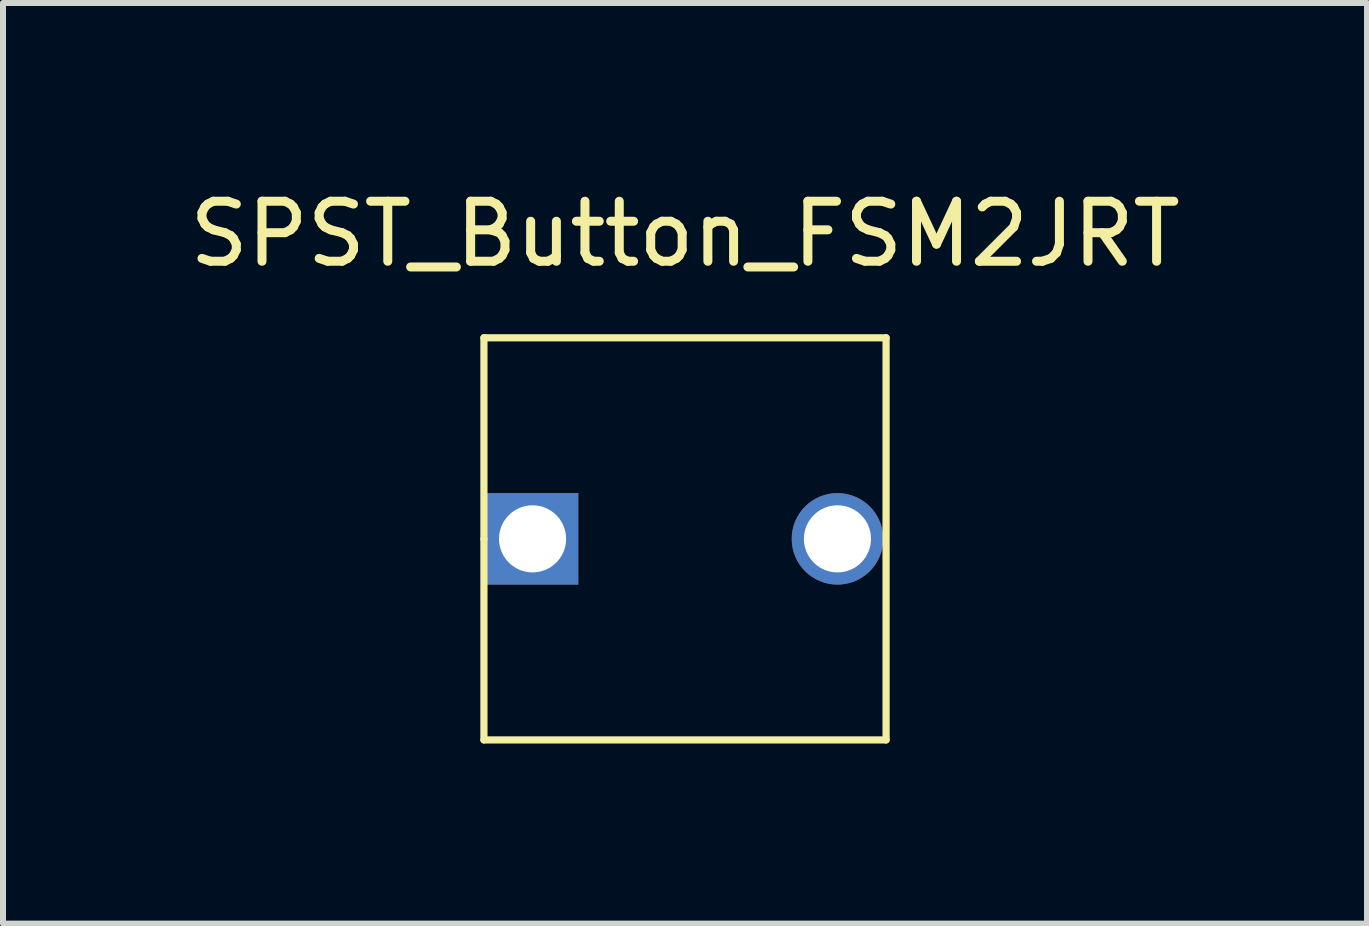
<source format=kicad_pcb>
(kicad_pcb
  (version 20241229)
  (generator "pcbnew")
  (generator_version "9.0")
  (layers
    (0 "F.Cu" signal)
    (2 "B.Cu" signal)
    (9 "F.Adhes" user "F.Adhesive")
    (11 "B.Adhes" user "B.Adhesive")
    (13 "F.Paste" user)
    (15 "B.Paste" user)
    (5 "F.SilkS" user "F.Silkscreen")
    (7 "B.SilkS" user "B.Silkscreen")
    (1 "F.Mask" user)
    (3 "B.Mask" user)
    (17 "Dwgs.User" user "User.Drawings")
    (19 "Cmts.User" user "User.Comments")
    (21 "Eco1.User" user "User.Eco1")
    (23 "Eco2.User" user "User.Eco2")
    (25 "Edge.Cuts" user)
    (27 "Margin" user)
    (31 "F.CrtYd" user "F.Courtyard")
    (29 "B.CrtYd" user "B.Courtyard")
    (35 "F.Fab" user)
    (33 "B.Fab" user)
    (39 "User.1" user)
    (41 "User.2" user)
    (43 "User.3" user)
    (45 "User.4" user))
  (footprint "SPST_Button_FSM2JRT"
    (layer "F.Cu")
    (at 8.363 5.928)
    (property "Reference" "SPST_Button_FSM2JRT" (at 0 -5.08 0) (layer "F.SilkS") (effects (font (size 1 1) (thickness 0.15))))
    (attr through_hole)
    (fp_line (start -3.35 -3.35) (end 3.35 -3.35) (stroke (width 0.12) (type solid)) (layer "F.SilkS"))
    (fp_line (start -3.35 0) (end -3.35 -3.35) (stroke (width 0.12) (type solid)) (layer "F.SilkS"))
    (fp_line (start -3.35 3.35) (end -3.35 0) (stroke (width 0.12) (type solid)) (layer "F.SilkS"))
    (fp_line (start 3.35 -3.35) (end 3.35 3.35) (stroke (width 0.12) (type solid)) (layer "F.SilkS"))
    (fp_line (start 3.35 3.35) (end -3.35 3.35) (stroke (width 0.12) (type solid)) (layer "F.SilkS"))
    (pad "1" thru_hole rect (at -2.54 0) (size 1.524 1.524) (drill 1.118) (layers "*.Cu" "*.Mask"))
    (pad "2" thru_hole circle (at 2.54 0) (size 1.524 1.524) (drill 1.118) (layers "*.Cu" "*.Mask")))
  (gr_rect
    (start -3 -3)
    (end 19.726 12.338)
    (stroke (width 0.1) (type default))
    (fill no)
    (layer "Edge.Cuts")))
</source>
